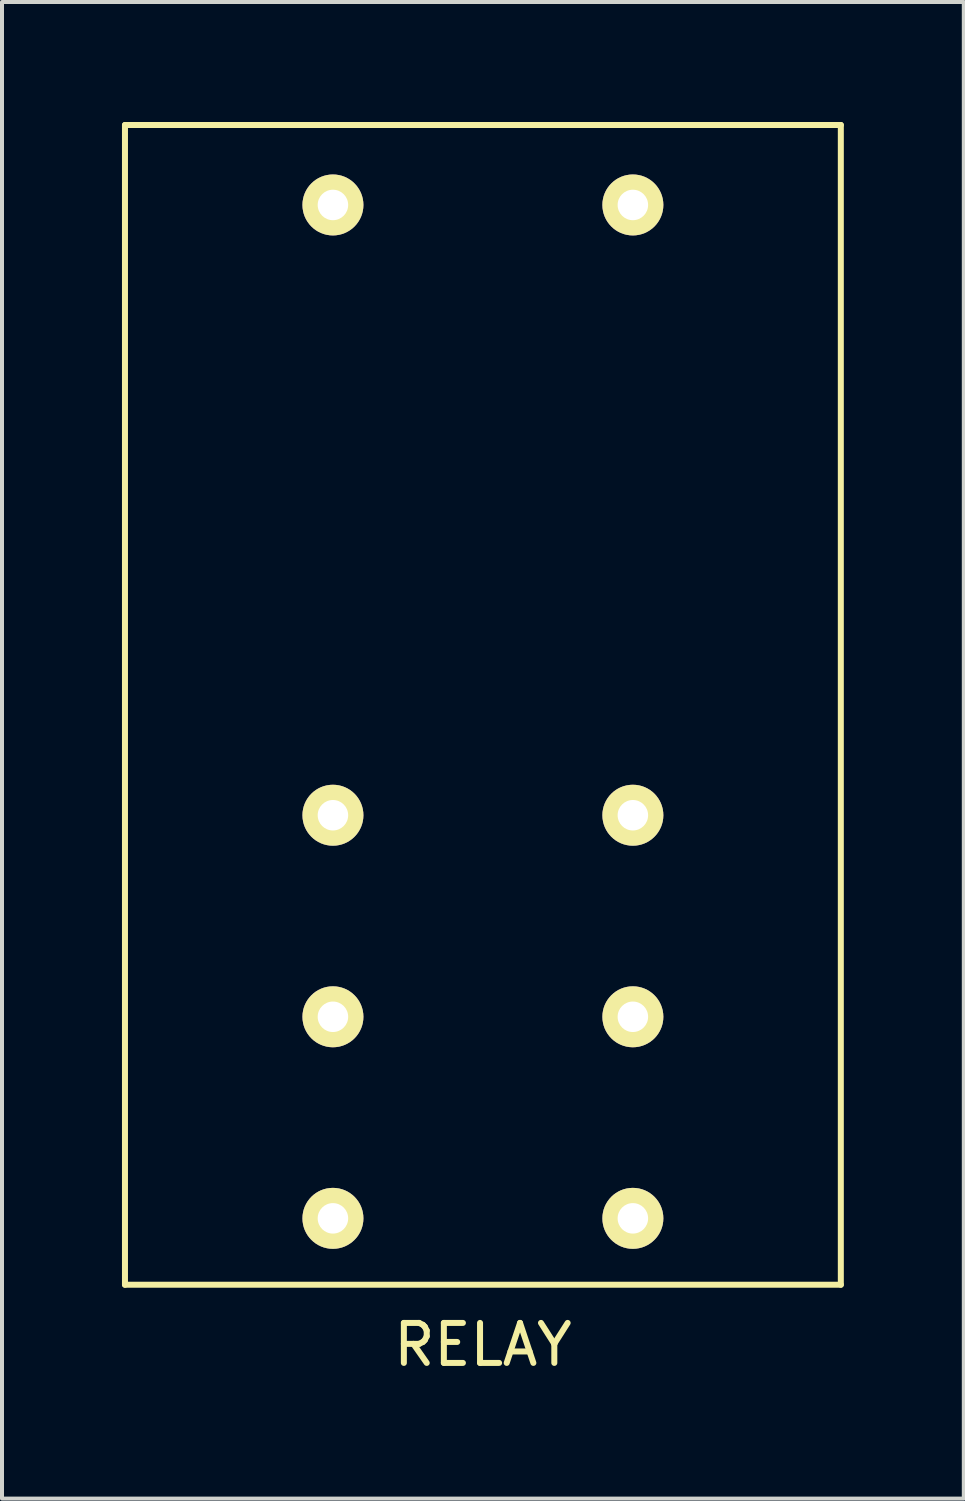
<source format=kicad_pcb>
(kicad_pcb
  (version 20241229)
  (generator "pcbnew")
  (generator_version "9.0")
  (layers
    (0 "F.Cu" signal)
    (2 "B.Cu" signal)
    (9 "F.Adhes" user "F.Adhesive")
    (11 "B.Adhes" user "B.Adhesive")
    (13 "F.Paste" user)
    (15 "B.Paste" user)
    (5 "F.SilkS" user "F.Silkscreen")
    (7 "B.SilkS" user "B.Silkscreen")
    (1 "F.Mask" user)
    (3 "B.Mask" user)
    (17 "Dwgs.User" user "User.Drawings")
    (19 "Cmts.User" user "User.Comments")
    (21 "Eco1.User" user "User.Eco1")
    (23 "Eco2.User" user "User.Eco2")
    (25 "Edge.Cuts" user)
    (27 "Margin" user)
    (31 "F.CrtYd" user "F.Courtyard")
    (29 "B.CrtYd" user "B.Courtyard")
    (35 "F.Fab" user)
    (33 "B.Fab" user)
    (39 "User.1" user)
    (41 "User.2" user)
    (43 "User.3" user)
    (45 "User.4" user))
  (footprint "RELAY"
    (layer "F.Cu")
    (at 9.025 2.075)
    (property "Reference" "RELAY" (at 0 28.5 0) (layer "F.SilkS") (effects (font (size 1 1) (thickness 0.15))))
    (attr through_hole)
    (fp_line (start -8.95 -2) (end -8.95 27) (stroke (width 0.15) (type solid)) (layer "F.SilkS"))
    (fp_line (start -8.95 -2) (end 8.95 -2) (stroke (width 0.15) (type solid)) (layer "F.SilkS"))
    (fp_line (start -8.95 27) (end 8.95 27) (stroke (width 0.15) (type solid)) (layer "F.SilkS"))
    (fp_line (start 8.95 -2) (end 8.95 27) (stroke (width 0.15) (type solid)) (layer "F.SilkS"))
    (pad "1" thru_hole circle (at -3.75 0) (size 1.524 1.524) (drill 0.762) (layers "*.Cu" "*.Mask" "F.SilkS"))
    (pad "4" thru_hole circle (at -3.75 20.3) (size 1.524 1.524) (drill 0.762) (layers "*.Cu" "*.Mask" "F.SilkS"))
    (pad "6" thru_hole circle (at -3.75 15.26) (size 1.524 1.524) (drill 0.762) (layers "*.Cu" "*.Mask" "F.SilkS"))
    (pad "8" thru_hole circle (at -3.75 25.34) (size 1.524 1.524) (drill 0.762) (layers "*.Cu" "*.Mask" "F.SilkS"))
    (pad "9" thru_hole circle (at 3.75 25.34) (size 1.524 1.524) (drill 0.762) (layers "*.Cu" "*.Mask" "F.SilkS"))
    (pad "11" thru_hole circle (at 3.75 15.26) (size 1.524 1.524) (drill 0.762) (layers "*.Cu" "*.Mask" "F.SilkS"))
    (pad "13" thru_hole circle (at 3.75 20.3) (size 1.524 1.524) (drill 0.762) (layers "*.Cu" "*.Mask" "F.SilkS"))
    (pad "16" thru_hole circle (at 3.75 0) (size 1.524 1.524) (drill 0.762) (layers "*.Cu" "*.Mask" "F.SilkS")))
  (gr_rect
    (start -3 -3)
    (end 21.05 34.423)
    (stroke (width 0.1) (type default))
    (fill no)
    (layer "Edge.Cuts")))
</source>
